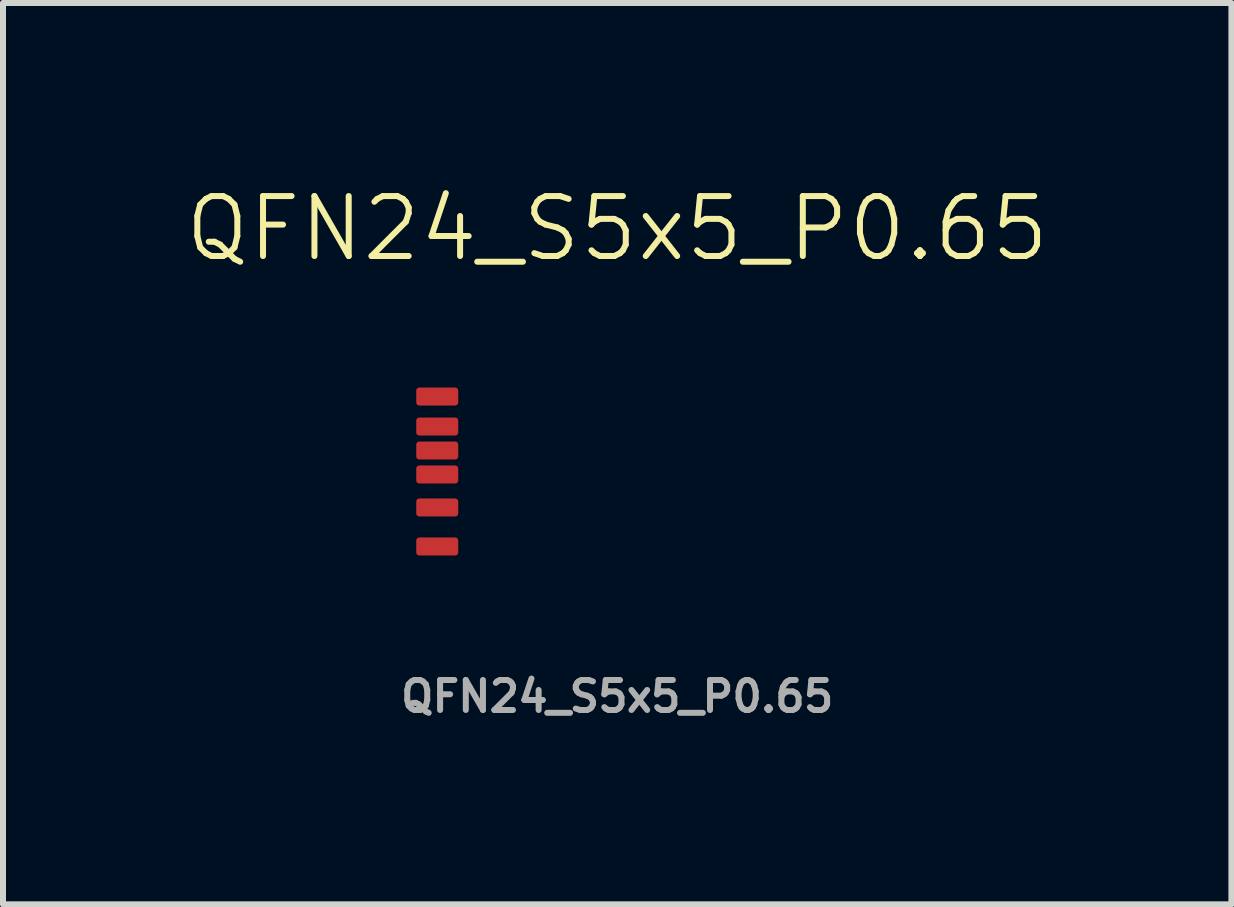
<source format=kicad_pcb>
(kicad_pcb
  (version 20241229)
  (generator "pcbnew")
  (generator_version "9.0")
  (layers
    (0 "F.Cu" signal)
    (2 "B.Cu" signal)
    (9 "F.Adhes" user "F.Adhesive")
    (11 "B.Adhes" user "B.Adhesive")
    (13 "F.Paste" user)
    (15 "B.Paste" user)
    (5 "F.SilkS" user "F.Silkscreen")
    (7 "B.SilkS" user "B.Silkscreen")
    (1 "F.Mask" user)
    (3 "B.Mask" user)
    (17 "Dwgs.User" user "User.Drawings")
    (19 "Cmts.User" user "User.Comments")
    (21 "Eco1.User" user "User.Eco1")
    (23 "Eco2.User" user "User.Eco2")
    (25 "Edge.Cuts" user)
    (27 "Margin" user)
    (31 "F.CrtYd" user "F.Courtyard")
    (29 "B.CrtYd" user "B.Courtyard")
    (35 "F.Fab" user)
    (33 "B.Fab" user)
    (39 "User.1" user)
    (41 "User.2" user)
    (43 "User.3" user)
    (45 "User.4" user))
  (footprint "QFN24_S5x5_P0.65"
    (layer "F.Cu")
    (at 7.24 6.061)
    (property "Reference" "QFN24_S5x5_P0.65" (at 0 -5.3 0) (unlocked yes) (layer "F.SilkS") (effects (font (size 1 1) (thickness 0.1))))
    (attr smd)
    (fp_text user "${REFERENCE}" (at 0 2.5 0) (unlocked yes) (layer "F.Fab") (effects (font (size 0.5 0.5) (thickness 0.1))))
    (pad "1" smd roundrect (at -3 -2.5) (size 0.7 0.3) (layers "F.Cu" "F.Mask" "F.Paste") (roundrect_rratio 0.167))
    (pad "1" smd roundrect (at -3 -2) (size 0.7 0.3) (layers "F.Cu" "F.Mask" "F.Paste") (roundrect_rratio 0.167))
    (pad "1" smd roundrect (at -3 -1.6) (size 0.7 0.3) (layers "F.Cu" "F.Mask" "F.Paste") (roundrect_rratio 0.167))
    (pad "1" smd roundrect (at -3 -1.2) (size 0.7 0.3) (layers "F.Cu" "F.Mask" "F.Paste") (roundrect_rratio 0.167))
    (pad "1" smd roundrect (at -3 -0.65) (size 0.7 0.3) (layers "F.Cu" "F.Mask" "F.Paste") (roundrect_rratio 0.167))
    (pad "1" smd roundrect (at -3 0) (size 0.7 0.3) (layers "F.Cu" "F.Mask" "F.Paste") (roundrect_rratio 0.167)))
  (gr_rect
    (start -3 -3)
    (end 17.481 12.028)
    (stroke (width 0.1) (type default))
    (fill no)
    (layer "Edge.Cuts")))
</source>
